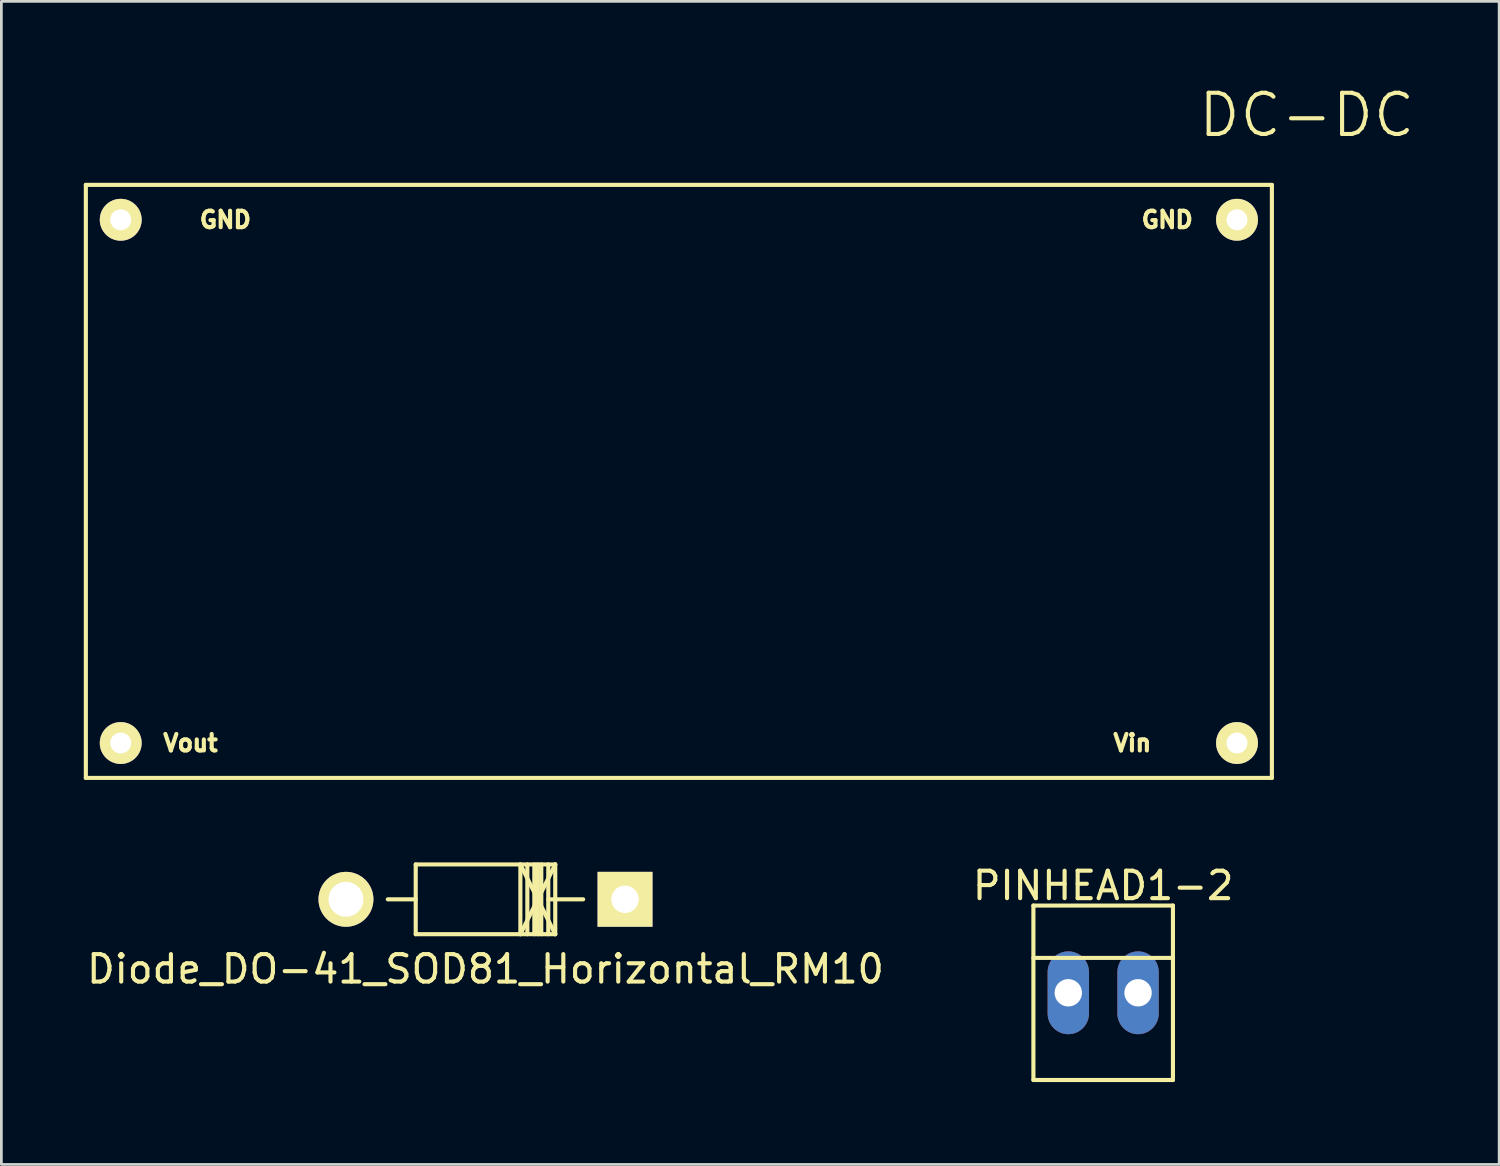
<source format=kicad_pcb>
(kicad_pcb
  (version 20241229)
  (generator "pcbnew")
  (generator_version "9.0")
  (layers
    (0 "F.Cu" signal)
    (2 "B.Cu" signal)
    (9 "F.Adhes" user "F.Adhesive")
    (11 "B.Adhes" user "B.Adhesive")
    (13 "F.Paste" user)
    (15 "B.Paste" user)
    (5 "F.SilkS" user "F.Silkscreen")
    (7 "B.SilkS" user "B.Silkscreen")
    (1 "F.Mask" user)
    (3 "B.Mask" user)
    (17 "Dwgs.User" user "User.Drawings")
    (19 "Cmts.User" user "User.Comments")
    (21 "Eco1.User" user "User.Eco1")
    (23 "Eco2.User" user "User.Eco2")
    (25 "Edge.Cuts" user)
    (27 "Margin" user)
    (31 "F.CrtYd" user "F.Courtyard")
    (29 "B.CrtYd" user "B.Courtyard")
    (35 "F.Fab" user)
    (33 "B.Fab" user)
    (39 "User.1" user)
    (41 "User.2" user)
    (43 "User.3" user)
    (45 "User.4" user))
  (footprint "Diode_DO-41_SOD81_Horizontal_RM10"
    (layer "F.Cu")
    (at 14.625 29.691)
    (property "Reference" "Diode_DO-41_SOD81_Horizontal_RM10" (at 0 2.54 0) (layer "F.SilkS") (effects (font (size 1 1) (thickness 0.15))))
    (attr through_hole)
    (fp_line (start -2.54 -1.27) (end -2.54 1.27) (stroke (width 0.15) (type solid)) (layer "F.SilkS"))
    (fp_line (start -2.54 0) (end -3.556 0) (stroke (width 0.15) (type solid)) (layer "F.SilkS"))
    (fp_line (start -2.54 1.27) (end 2.54 1.27) (stroke (width 0.15) (type solid)) (layer "F.SilkS"))
    (fp_line (start 1.27 -1.27) (end 1.27 1.27) (stroke (width 0.15) (type solid)) (layer "F.SilkS"))
    (fp_line (start 1.27 -1.27) (end 2.54 1.27) (stroke (width 0.15) (type solid)) (layer "F.SilkS"))
    (fp_line (start 1.524 -1.27) (end 1.524 1.27) (stroke (width 0.15) (type solid)) (layer "F.SilkS"))
    (fp_line (start 1.778 -1.27) (end 1.778 1.27) (stroke (width 0.15) (type solid)) (layer "F.SilkS"))
    (fp_line (start 1.905 -1.27) (end 1.905 1.27) (stroke (width 0.15) (type solid)) (layer "F.SilkS"))
    (fp_line (start 2.032 -1.27) (end 2.032 1.27) (stroke (width 0.15) (type solid)) (layer "F.SilkS"))
    (fp_line (start 2.286 -1.27) (end 2.286 1.27) (stroke (width 0.15) (type solid)) (layer "F.SilkS"))
    (fp_line (start 2.286 0) (end 3.556 0) (stroke (width 0.15) (type solid)) (layer "F.SilkS"))
    (fp_line (start 2.54 -1.27) (end -2.54 -1.27) (stroke (width 0.15) (type solid)) (layer "F.SilkS"))
    (fp_line (start 2.54 -1.27) (end 1.27 1.27) (stroke (width 0.15) (type solid)) (layer "F.SilkS"))
    (fp_line (start 2.54 1.27) (end 2.54 -1.27) (stroke (width 0.15) (type solid)) (layer "F.SilkS"))
    (pad "1" thru_hole circle (at -5.08 0) (size 1.999 1.999) (drill 1.27) (layers "*.Cu" "*.Mask" "F.SilkS"))
    (pad "2" thru_hole rect (at 5.08 0) (size 1.999 1.999) (drill 1.001) (layers "*.Cu" "*.Mask" "F.SilkS")))
  (footprint "PINHEAD1-2"
    (layer "F.Cu")
    (at 37.113 33.094)
    (property "Reference" "PINHEAD1-2" (at 0 -3.9 0) (layer "F.SilkS") (effects (font (size 1 1) (thickness 0.15))))
    (attr exclude_from_pos_files exclude_from_bom)
    (fp_line (start -2.54 -3.175) (end -2.54 3.175) (stroke (width 0.15) (type solid)) (layer "F.SilkS"))
    (fp_line (start -2.54 -3.175) (end 2.54 -3.175) (stroke (width 0.15) (type solid)) (layer "F.SilkS"))
    (fp_line (start 2.54 -3.175) (end 2.54 3.175) (stroke (width 0.15) (type solid)) (layer "F.SilkS"))
    (fp_line (start 2.54 -1.27) (end -2.54 -1.27) (stroke (width 0.15) (type solid)) (layer "F.SilkS"))
    (fp_line (start 2.54 3.175) (end -2.54 3.175) (stroke (width 0.15) (type solid)) (layer "F.SilkS"))
    (pad "1" thru_hole oval (at -1.27 0) (size 1.506 3.015) (drill 0.998) (layers "*.Cu" "*.Mask"))
    (pad "2" thru_hole oval (at 1.27 0) (size 1.506 3.015) (drill 0.998) (layers "*.Cu" "*.Mask")))
  (footprint "DC-DC"
    (layer "F.Cu")
    (at 22.935 15.111)
    (property "Reference" "DC-DC" (at 21.59 -13.97 0) (layer "F.SilkS") (effects (font (size 1.5 1.5) (thickness 0.15))))
    (attr through_hole)
    (fp_line (start -22.86 -11.43) (end 20.32 -11.43) (stroke (width 0.15) (type solid)) (layer "F.SilkS"))
    (fp_line (start -22.86 10.16) (end -22.86 -11.43) (stroke (width 0.15) (type solid)) (layer "F.SilkS"))
    (fp_line (start 20.32 -11.43) (end 20.32 10.16) (stroke (width 0.15) (type solid)) (layer "F.SilkS"))
    (fp_line (start 20.32 10.16) (end -22.86 10.16) (stroke (width 0.15) (type solid)) (layer "F.SilkS"))
    (fp_text user "Vout" (at -19.05 8.89 0) (layer "F.SilkS") (effects (font (size 0.6 0.6) (thickness 0.15))))
    (fp_text user "Vin" (at 15.24 8.89 0) (layer "F.SilkS") (effects (font (size 0.6 0.6) (thickness 0.15))))
    (fp_text user "GND" (at 16.51 -10.16 0) (layer "F.SilkS") (effects (font (size 0.6 0.6) (thickness 0.15))))
    (fp_text user "GND" (at -17.78 -10.16 0) (layer "F.SilkS") (effects (font (size 0.6 0.6) (thickness 0.15))))
    (pad "1" thru_hole circle (at 19.05 -10.16) (size 1.524 1.524) (drill 0.762) (layers "*.Cu" "*.Mask" "F.SilkS"))
    (pad "2" thru_hole circle (at 19.05 8.89) (size 1.524 1.524) (drill 0.762) (layers "*.Cu" "*.Mask" "F.SilkS"))
    (pad "3" thru_hole circle (at -21.59 8.89) (size 1.524 1.524) (drill 0.762) (layers "*.Cu" "*.Mask" "F.SilkS"))
    (pad "4" thru_hole circle (at -21.59 -10.16) (size 1.524 1.524) (drill 0.762) (layers "*.Cu" "*.Mask" "F.SilkS")))
  (gr_rect
    (start -3 -3)
    (end 51.529 39.344)
    (stroke (width 0.1) (type default))
    (fill no)
    (layer "Edge.Cuts")))
</source>
